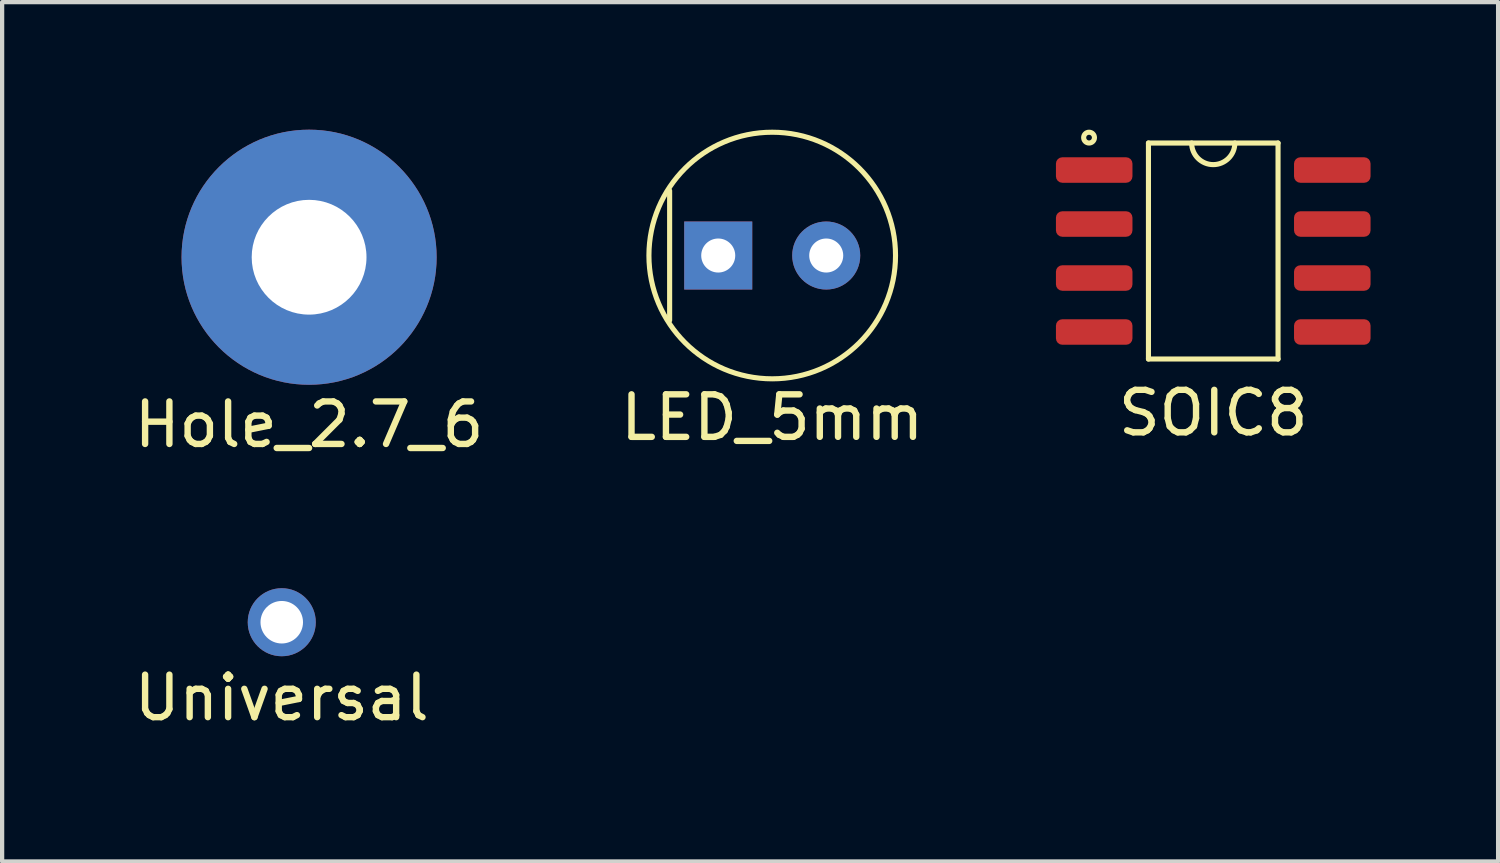
<source format=kicad_pcb>
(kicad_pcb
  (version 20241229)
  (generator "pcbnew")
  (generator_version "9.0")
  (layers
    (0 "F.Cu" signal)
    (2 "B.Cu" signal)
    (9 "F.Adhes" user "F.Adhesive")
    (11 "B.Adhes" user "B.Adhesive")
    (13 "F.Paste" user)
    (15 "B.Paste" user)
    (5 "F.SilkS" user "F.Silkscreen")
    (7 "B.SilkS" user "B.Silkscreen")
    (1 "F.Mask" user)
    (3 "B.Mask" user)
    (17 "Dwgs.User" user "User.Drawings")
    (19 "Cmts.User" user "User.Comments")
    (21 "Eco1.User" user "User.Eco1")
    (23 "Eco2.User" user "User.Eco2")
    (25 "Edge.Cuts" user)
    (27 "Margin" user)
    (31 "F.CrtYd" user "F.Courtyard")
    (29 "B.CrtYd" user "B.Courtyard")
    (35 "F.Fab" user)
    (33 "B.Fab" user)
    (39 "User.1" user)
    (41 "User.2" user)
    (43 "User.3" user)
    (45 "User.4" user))
  (footprint "Universal"
    (layer "F.Cu")
    (at 3.577 11.585)
    (property "Reference" "Universal" (at 0 1.778 0) (layer "F.SilkS") (effects (font (size 1 1) (thickness 0.15))))
    (attr through_hole)
    (pad "1" thru_hole circle (at 0 0) (size 1.6 1.6) (drill 1) (layers "*.Cu" "*.Mask")))
  (footprint "LED_5mm"
    (layer "F.Cu")
    (at 15.113 2.96)
    (property "Reference" "LED_5mm" (at 0 3.81 0) (layer "F.SilkS") (effects (font (size 1 1) (thickness 0.15))))
    (attr through_hole)
    (fp_line (start -2.413 -1.524) (end -2.413 1.524) (stroke (width 0.12) (type solid)) (layer "F.SilkS"))
    (fp_circle (center 0 0) (end 2.9 0) (stroke (width 0.12) (type solid)) (fill no) (layer "F.SilkS"))
    (pad "1" thru_hole rect (at -1.27 0) (size 1.6 1.6) (drill 0.8) (layers "*.Cu" "*.Mask"))
    (pad "2" thru_hole circle (at 1.27 0) (size 1.6 1.6) (drill 0.8) (layers "*.Cu" "*.Mask")))
  (footprint "SOIC8"
    (layer "F.Cu")
    (at 25.486 2.854)
    (property "Reference" "SOIC8" (at 0 3.81 0) (layer "F.SilkS") (effects (font (size 1 1) (thickness 0.15))))
    (attr through_hole)
    (fp_line (start -1.524 -2.54) (end 1.524 -2.54) (stroke (width 0.12) (type solid)) (layer "F.SilkS"))
    (fp_line (start -1.524 2.54) (end -1.524 -2.54) (stroke (width 0.12) (type solid)) (layer "F.SilkS"))
    (fp_line (start 1.524 -2.54) (end 1.524 2.54) (stroke (width 0.12) (type solid)) (layer "F.SilkS"))
    (fp_line (start 1.524 2.54) (end -1.524 2.54) (stroke (width 0.12) (type solid)) (layer "F.SilkS"))
    (fp_arc (start 0.508 -2.54) (mid 0 -2.032) (end -0.508 -2.54) (stroke (width 0.12) (type solid)) (layer "F.SilkS"))
    (fp_circle (center -2.921 -2.667) (end -2.794 -2.667) (stroke (width 0.12) (type solid)) (fill no) (layer "F.SilkS"))
    (pad "1" smd roundrect (at -2.8 -1.905) (size 1.8 0.6) (layers "F.Cu" "F.Mask" "F.Paste") (roundrect_rratio 0.25))
    (pad "2" smd roundrect (at -2.8 -0.635) (size 1.8 0.6) (layers "F.Cu" "F.Mask" "F.Paste") (roundrect_rratio 0.25))
    (pad "3" smd roundrect (at -2.8 0.635) (size 1.8 0.6) (layers "F.Cu" "F.Mask" "F.Paste") (roundrect_rratio 0.25))
    (pad "4" smd roundrect (at -2.8 1.905) (size 1.8 0.6) (layers "F.Cu" "F.Mask" "F.Paste") (roundrect_rratio 0.25))
    (pad "5" smd roundrect (at 2.8 1.905) (size 1.8 0.6) (layers "F.Cu" "F.Mask" "F.Paste") (roundrect_rratio 0.25))
    (pad "6" smd roundrect (at 2.8 0.635) (size 1.8 0.6) (layers "F.Cu" "F.Mask" "F.Paste") (roundrect_rratio 0.25))
    (pad "7" smd roundrect (at 2.8 -0.635) (size 1.8 0.6) (layers "F.Cu" "F.Mask" "F.Paste") (roundrect_rratio 0.25))
    (pad "8" smd roundrect (at 2.8 -1.905) (size 1.8 0.6) (layers "F.Cu" "F.Mask" "F.Paste") (roundrect_rratio 0.25)))
  (footprint "Hole_2.7_6"
    (layer "F.Cu")
    (at 4.22 3)
    (property "Reference" "Hole_2.7_6" (at 0 3.937 0) (layer "F.SilkS") (effects (font (size 1 1) (thickness 0.15))))
    (attr through_hole)
    (pad "1" thru_hole circle (at 0 0) (size 6 6) (drill 2.7) (layers "*.Cu" "*.Mask")))
  (gr_rect
    (start -3 -3)
    (end 32.186 17.212)
    (stroke (width 0.1) (type default))
    (fill no)
    (layer "Edge.Cuts")))
</source>
